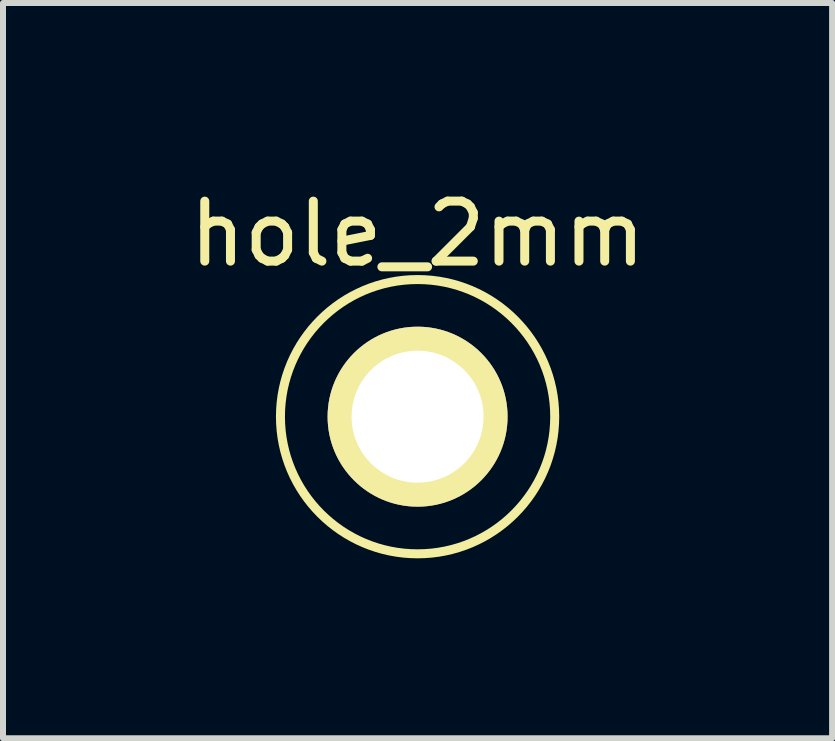
<source format=kicad_pcb>
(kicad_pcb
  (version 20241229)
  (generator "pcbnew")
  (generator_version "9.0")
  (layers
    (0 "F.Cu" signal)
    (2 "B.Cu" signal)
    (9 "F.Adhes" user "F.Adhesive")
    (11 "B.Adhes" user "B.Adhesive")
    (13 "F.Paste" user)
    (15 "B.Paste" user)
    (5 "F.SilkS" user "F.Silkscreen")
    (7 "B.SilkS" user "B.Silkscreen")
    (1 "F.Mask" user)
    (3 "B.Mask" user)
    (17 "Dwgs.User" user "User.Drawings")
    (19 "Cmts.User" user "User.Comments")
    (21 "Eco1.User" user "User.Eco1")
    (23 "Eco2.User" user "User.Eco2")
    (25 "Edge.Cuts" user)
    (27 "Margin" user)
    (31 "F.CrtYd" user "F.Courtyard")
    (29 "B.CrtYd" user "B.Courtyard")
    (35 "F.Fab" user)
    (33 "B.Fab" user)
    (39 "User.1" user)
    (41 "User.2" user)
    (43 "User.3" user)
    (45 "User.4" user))
  (footprint "hole_2mm"
    (layer "F.Cu")
    (at 3.911 3.896)
    (property "Reference" "hole_2mm" (at 0 -3.048 0) (layer "F.SilkS") (effects (font (size 1 1) (thickness 0.15))))
    (attr through_hole)
    (fp_circle (center 0 0) (end 0 -2.286) (stroke (width 0.15) (type solid)) (fill no) (layer "F.SilkS"))
    (pad "1" thru_hole circle (at 0 0) (size 3 3) (drill 2.2) (layers "*.Cu" "*.Mask" "F.SilkS")))
  (gr_rect
    (start -3 -3)
    (end 10.821 9.257)
    (stroke (width 0.1) (type default))
    (fill no)
    (layer "Edge.Cuts")))
</source>
